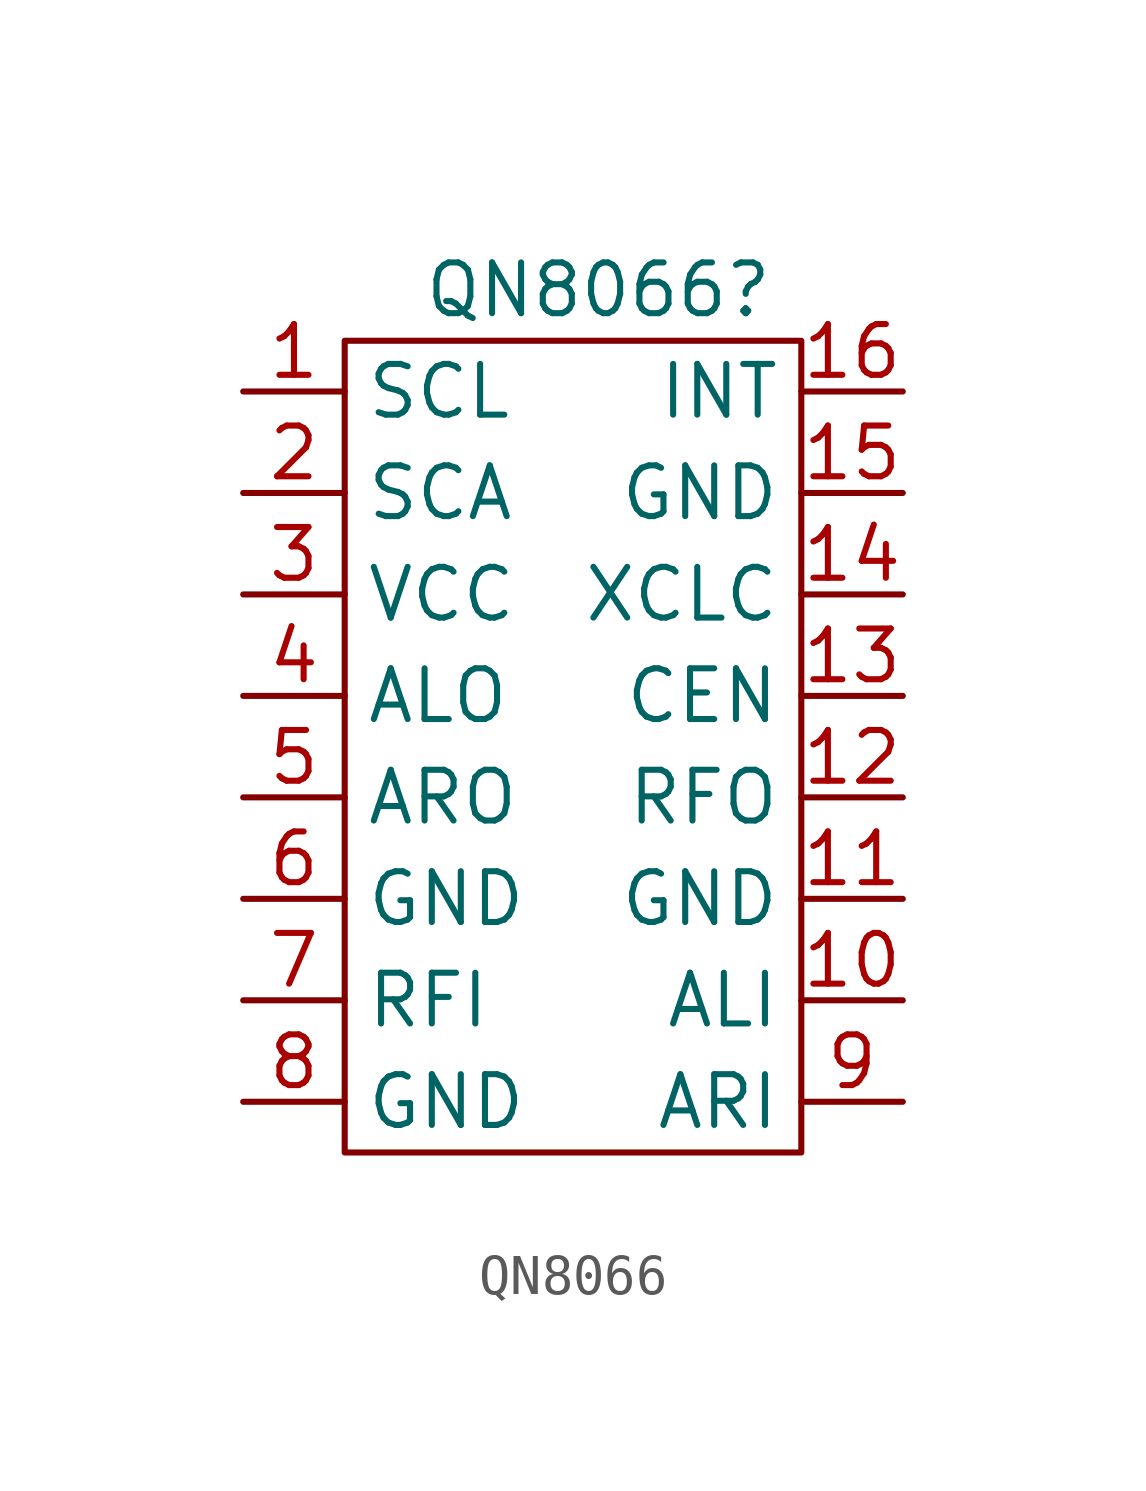
<source format=kicad_sym>
(kicad_symbol_lib
  (version 20220914)
  (generator kicad_symbol_editor)
  (symbol "QN8066"
    (property "Reference" "QN8066"
      (at 0 15.24 0)
      (effects (font (size 1.27 1.27))))
    (property "Value" ""
      (at -8.89 12.7 0)
      (effects (font (size 1.27 1.27))))
    (symbol "QN8066_0_1"
      (rectangle (start -6.35 13.97) (end 5.08 -6.35) (stroke (width 0) (type default)) (fill (type none))))
    (symbol "QN8066_1_1"
      (pin input line (at -8.89 12.7 0) (length 2.54) (name "SCL" (effects (font (size 1.27 1.27)))) (number "1" (effects (font (size 1.27 1.27)))))
      (pin input line (at 7.62 -2.54 180) (length 2.54) (name "ALI" (effects (font (size 1.27 1.27)))) (number "10" (effects (font (size 1.27 1.27)))))
      (pin passive line (at 7.62 0 180) (length 2.54) (name "GND" (effects (font (size 1.27 1.27)))) (number "11" (effects (font (size 1.27 1.27)))))
      (pin output line (at 7.62 2.54 180) (length 2.54) (name "RFO" (effects (font (size 1.27 1.27)))) (number "12" (effects (font (size 1.27 1.27)))))
      (pin input line (at 7.62 5.08 180) (length 2.54) (name "CEN" (effects (font (size 1.27 1.27)))) (number "13" (effects (font (size 1.27 1.27)))))
      (pin input line (at 7.62 7.62 180) (length 2.54) (name "XCLC" (effects (font (size 1.27 1.27)))) (number "14" (effects (font (size 1.27 1.27)))))
      (pin passive line (at 7.62 10.16 180) (length 2.54) (name "GND" (effects (font (size 1.27 1.27)))) (number "15" (effects (font (size 1.27 1.27)))))
      (pin output line (at 7.62 12.7 180) (length 2.54) (name "INT" (effects (font (size 1.27 1.27)))) (number "16" (effects (font (size 1.27 1.27)))))
      (pin bidirectional line (at -8.89 10.16 0) (length 2.54) (name "SCA" (effects (font (size 1.27 1.27)))) (number "2" (effects (font (size 1.27 1.27)))))
      (pin power_in line (at -8.89 7.62 0) (length 2.54) (name "VCC" (effects (font (size 1.27 1.27)))) (number "3" (effects (font (size 1.27 1.27)))))
      (pin output line (at -8.89 5.08 0) (length 2.54) (name "ALO" (effects (font (size 1.27 1.27)))) (number "4" (effects (font (size 1.27 1.27)))))
      (pin output line (at -8.89 2.54 0) (length 2.54) (name "ARO" (effects (font (size 1.27 1.27)))) (number "5" (effects (font (size 1.27 1.27)))))
      (pin passive line (at -8.89 0 0) (length 2.54) (name "GND" (effects (font (size 1.27 1.27)))) (number "6" (effects (font (size 1.27 1.27)))))
      (pin input line (at -8.89 -2.54 0) (length 2.54) (name "RFI" (effects (font (size 1.27 1.27)))) (number "7" (effects (font (size 1.27 1.27)))))
      (pin passive line (at -8.89 -5.08 0) (length 2.54) (name "GND" (effects (font (size 1.27 1.27)))) (number "8" (effects (font (size 1.27 1.27)))))
      (pin input line (at 7.62 -5.08 180) (length 2.54) (name "ARI" (effects (font (size 1.27 1.27)))) (number "9" (effects (font (size 1.27 1.27))))))))
</source>
